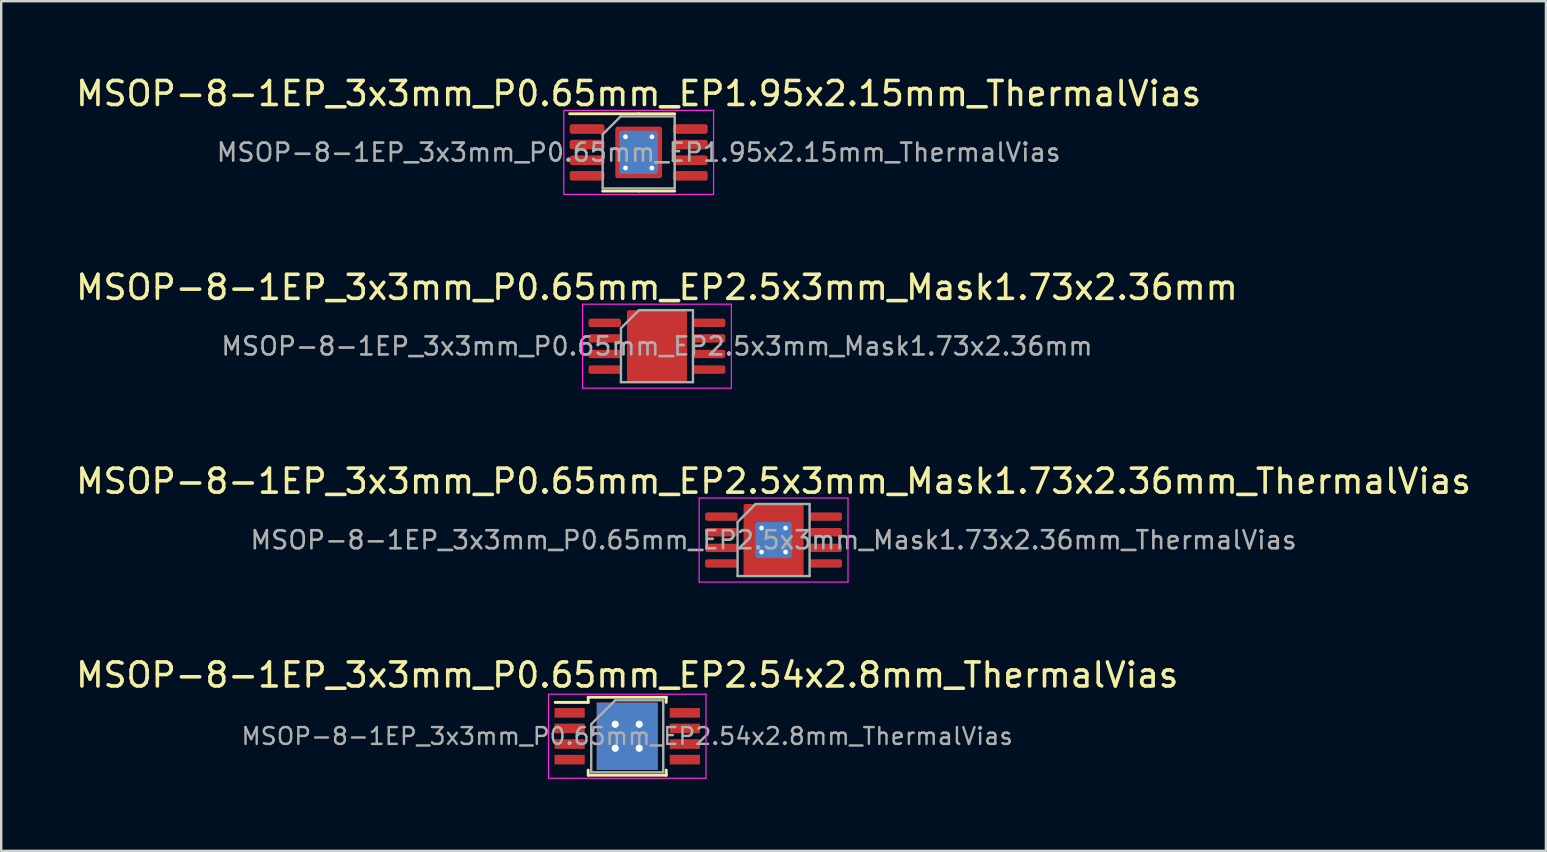
<source format=kicad_pcb>
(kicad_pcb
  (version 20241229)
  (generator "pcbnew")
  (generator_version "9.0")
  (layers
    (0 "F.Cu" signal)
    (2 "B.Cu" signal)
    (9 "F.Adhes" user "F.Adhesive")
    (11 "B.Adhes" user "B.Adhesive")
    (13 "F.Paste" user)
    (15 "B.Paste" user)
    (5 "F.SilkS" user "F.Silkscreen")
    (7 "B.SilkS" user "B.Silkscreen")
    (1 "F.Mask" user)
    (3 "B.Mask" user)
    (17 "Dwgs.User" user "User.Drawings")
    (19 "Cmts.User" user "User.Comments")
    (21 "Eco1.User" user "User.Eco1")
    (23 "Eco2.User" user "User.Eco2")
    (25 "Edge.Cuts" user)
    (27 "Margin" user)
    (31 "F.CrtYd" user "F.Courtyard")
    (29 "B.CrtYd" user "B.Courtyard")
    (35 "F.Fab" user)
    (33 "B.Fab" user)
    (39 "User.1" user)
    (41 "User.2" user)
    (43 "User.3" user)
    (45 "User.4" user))
  (footprint "MSOP-8-1EP_3x3mm_P0.65mm_EP1.95x2.15mm_ThermalVias"
    (layer "F.Cu")
    (at 23.554 3.298)
    (property "Reference" "MSOP-8-1EP_3x3mm_P0.65mm_EP1.95x2.15mm_ThermalVias" (at 0 -2.45 0) (layer "F.SilkS") (effects (font (size 1 1) (thickness 0.15))))
    (attr smd)
    (fp_line (start 0 -1.61) (end -2.875 -1.61) (stroke (width 0.12) (type solid)) (layer "F.SilkS"))
    (fp_line (start 0 -1.61) (end 1.5 -1.61) (stroke (width 0.12) (type solid)) (layer "F.SilkS"))
    (fp_line (start 0 1.61) (end -1.5 1.61) (stroke (width 0.12) (type solid)) (layer "F.SilkS"))
    (fp_line (start 0 1.61) (end 1.5 1.61) (stroke (width 0.12) (type solid)) (layer "F.SilkS"))
    (fp_line (start -3.12 -1.75) (end -3.12 1.75) (stroke (width 0.05) (type solid)) (layer "F.CrtYd"))
    (fp_line (start -3.12 1.75) (end 3.12 1.75) (stroke (width 0.05) (type solid)) (layer "F.CrtYd"))
    (fp_line (start 3.12 -1.75) (end -3.12 -1.75) (stroke (width 0.05) (type solid)) (layer "F.CrtYd"))
    (fp_line (start 3.12 1.75) (end 3.12 -1.75) (stroke (width 0.05) (type solid)) (layer "F.CrtYd"))
    (fp_line (start -1.5 -0.75) (end -0.75 -1.5) (stroke (width 0.1) (type solid)) (layer "F.Fab"))
    (fp_line (start -1.5 1.5) (end -1.5 -0.75) (stroke (width 0.1) (type solid)) (layer "F.Fab"))
    (fp_line (start -0.75 -1.5) (end 1.5 -1.5) (stroke (width 0.1) (type solid)) (layer "F.Fab"))
    (fp_line (start 1.5 -1.5) (end 1.5 1.5) (stroke (width 0.1) (type solid)) (layer "F.Fab"))
    (fp_line (start 1.5 1.5) (end -1.5 1.5) (stroke (width 0.1) (type solid)) (layer "F.Fab"))
    (fp_text user "${REFERENCE}" (at 0 0 0) (layer "F.Fab") (effects (font (size 0.75 0.75) (thickness 0.11))))
    (pad "" smd roundrect (at -0.49 -0.54) (size 0.82 0.9) (layers "F.Paste") (roundrect_rratio 0.25))
    (pad "" smd roundrect (at -0.49 0.54) (size 0.82 0.9) (layers "F.Paste") (roundrect_rratio 0.25))
    (pad "" smd roundrect (at 0.49 -0.54) (size 0.82 0.9) (layers "F.Paste") (roundrect_rratio 0.25))
    (pad "" smd roundrect (at 0.49 0.54) (size 0.82 0.9) (layers "F.Paste") (roundrect_rratio 0.25))
    (pad "1" smd roundrect (at -2.15 -0.975) (size 1.45 0.4) (layers "F.Cu" "F.Mask" "F.Paste") (roundrect_rratio 0.25))
    (pad "2" smd roundrect (at -2.15 -0.325) (size 1.45 0.4) (layers "F.Cu" "F.Mask" "F.Paste") (roundrect_rratio 0.25))
    (pad "3" smd roundrect (at -2.15 0.325) (size 1.45 0.4) (layers "F.Cu" "F.Mask" "F.Paste") (roundrect_rratio 0.25))
    (pad "4" smd roundrect (at -2.15 0.975) (size 1.45 0.4) (layers "F.Cu" "F.Mask" "F.Paste") (roundrect_rratio 0.25))
    (pad "5" smd roundrect (at 2.15 0.975) (size 1.45 0.4) (layers "F.Cu" "F.Mask" "F.Paste") (roundrect_rratio 0.25))
    (pad "6" smd roundrect (at 2.15 0.325) (size 1.45 0.4) (layers "F.Cu" "F.Mask" "F.Paste") (roundrect_rratio 0.25))
    (pad "7" smd roundrect (at 2.15 -0.325) (size 1.45 0.4) (layers "F.Cu" "F.Mask" "F.Paste") (roundrect_rratio 0.25))
    (pad "8" smd roundrect (at 2.15 -0.975) (size 1.45 0.4) (layers "F.Cu" "F.Mask" "F.Paste") (roundrect_rratio 0.25))
    (pad "9" thru_hole circle (at -0.55 -0.65) (size 0.5 0.5) (drill 0.2) (layers "*.Cu"))
    (pad "9" thru_hole circle (at -0.55 0.65) (size 0.5 0.5) (drill 0.2) (layers "*.Cu"))
    (pad "9" smd roundrect (at 0 0) (size 1.6 1.8) (layers "B.Cu") (roundrect_rratio 0.062))
    (pad "9" smd roundrect (at 0 0) (size 1.95 2.15) (layers "F.Cu" "F.Mask") (roundrect_rratio 0.051))
    (pad "9" thru_hole circle (at 0.55 -0.65) (size 0.5 0.5) (drill 0.2) (layers "*.Cu"))
    (pad "9" thru_hole circle (at 0.55 0.65) (size 0.5 0.5) (drill 0.2) (layers "*.Cu")))
  (footprint "MSOP-8-1EP_3x3mm_P0.65mm_EP2.5x3mm_Mask1.73x2.36mm_ThermalVias"
    (layer "F.Cu")
    (at 29.173 19.445)
    (property "Reference" "MSOP-8-1EP_3x3mm_P0.65mm_EP2.5x3mm_Mask1.73x2.36mm_ThermalVias" (at 0 -2.45 0) (layer "F.SilkS") (effects (font (size 1 1) (thickness 0.15))))
    (attr smd)
    (fp_line (start -3.1 -1.75) (end -3.1 1.75) (stroke (width 0.05) (type solid)) (layer "F.CrtYd"))
    (fp_line (start -3.1 1.75) (end 3.1 1.75) (stroke (width 0.05) (type solid)) (layer "F.CrtYd"))
    (fp_line (start 3.1 -1.75) (end -3.1 -1.75) (stroke (width 0.05) (type solid)) (layer "F.CrtYd"))
    (fp_line (start 3.1 1.75) (end 3.1 -1.75) (stroke (width 0.05) (type solid)) (layer "F.CrtYd"))
    (fp_line (start -1.5 -0.75) (end -0.75 -1.5) (stroke (width 0.1) (type solid)) (layer "F.Fab"))
    (fp_line (start -1.5 1.5) (end -1.5 -0.75) (stroke (width 0.1) (type solid)) (layer "F.Fab"))
    (fp_line (start -0.75 -1.5) (end 1.5 -1.5) (stroke (width 0.1) (type solid)) (layer "F.Fab"))
    (fp_line (start 1.5 -1.5) (end 1.5 1.5) (stroke (width 0.1) (type solid)) (layer "F.Fab"))
    (fp_line (start 1.5 1.5) (end -1.5 1.5) (stroke (width 0.1) (type solid)) (layer "F.Fab"))
    (fp_text user "${REFERENCE}" (at 0 0 0) (layer "F.Fab") (effects (font (size 0.75 0.75) (thickness 0.11))))
    (pad "" smd roundrect (at -0.43 -0.59) (size 0.72 0.99) (layers "F.Paste") (roundrect_rratio 0.25))
    (pad "" smd roundrect (at -0.43 0.59) (size 0.72 0.99) (layers "F.Paste") (roundrect_rratio 0.25))
    (pad "" smd roundrect (at 0 0) (size 1.73 2.36) (layers "F.Mask") (roundrect_rratio 0.051))
    (pad "" smd roundrect (at 0.43 -0.59) (size 0.72 0.99) (layers "F.Paste") (roundrect_rratio 0.25))
    (pad "" smd roundrect (at 0.43 0.59) (size 0.72 0.99) (layers "F.Paste") (roundrect_rratio 0.25))
    (pad "1" smd roundrect (at -2.175 -0.975) (size 1.35 0.35) (layers "F.Cu" "F.Mask" "F.Paste") (roundrect_rratio 0.25))
    (pad "2" smd roundrect (at -2.175 -0.325) (size 1.35 0.35) (layers "F.Cu" "F.Mask" "F.Paste") (roundrect_rratio 0.25))
    (pad "3" smd roundrect (at -2.175 0.325) (size 1.35 0.35) (layers "F.Cu" "F.Mask" "F.Paste") (roundrect_rratio 0.25))
    (pad "4" smd roundrect (at -2.175 0.975) (size 1.35 0.35) (layers "F.Cu" "F.Mask" "F.Paste") (roundrect_rratio 0.25))
    (pad "5" smd roundrect (at 2.175 0.975) (size 1.35 0.35) (layers "F.Cu" "F.Mask" "F.Paste") (roundrect_rratio 0.25))
    (pad "6" smd roundrect (at 2.175 0.325) (size 1.35 0.35) (layers "F.Cu" "F.Mask" "F.Paste") (roundrect_rratio 0.25))
    (pad "7" smd roundrect (at 2.175 -0.325) (size 1.35 0.35) (layers "F.Cu" "F.Mask" "F.Paste") (roundrect_rratio 0.25))
    (pad "8" smd roundrect (at 2.175 -0.975) (size 1.35 0.35) (layers "F.Cu" "F.Mask" "F.Paste") (roundrect_rratio 0.25))
    (pad "9" thru_hole circle (at -0.5 -0.5) (size 0.5 0.5) (drill 0.2) (layers "*.Cu"))
    (pad "9" thru_hole circle (at -0.5 0.5) (size 0.5 0.5) (drill 0.2) (layers "*.Cu"))
    (pad "9" smd roundrect (at 0 0) (size 1.5 1.5) (layers "B.Cu") (roundrect_rratio 0.058))
    (pad "9" smd roundrect (at 0 0) (size 2.5 3) (layers "F.Cu") (roundrect_rratio 0.035))
    (pad "9" thru_hole circle (at 0.5 -0.5) (size 0.5 0.5) (drill 0.2) (layers "*.Cu"))
    (pad "9" thru_hole circle (at 0.5 0.5) (size 0.5 0.5) (drill 0.2) (layers "*.Cu")))
  (footprint "MSOP-8-1EP_3x3mm_P0.65mm_EP2.5x3mm_Mask1.73x2.36mm"
    (layer "F.Cu")
    (at 24.315 11.371)
    (property "Reference" "MSOP-8-1EP_3x3mm_P0.65mm_EP2.5x3mm_Mask1.73x2.36mm" (at 0 -2.45 0) (layer "F.SilkS") (effects (font (size 1 1) (thickness 0.15))))
    (attr smd)
    (fp_line (start -3.1 -1.75) (end -3.1 1.75) (stroke (width 0.05) (type solid)) (layer "F.CrtYd"))
    (fp_line (start -3.1 1.75) (end 3.1 1.75) (stroke (width 0.05) (type solid)) (layer "F.CrtYd"))
    (fp_line (start 3.1 -1.75) (end -3.1 -1.75) (stroke (width 0.05) (type solid)) (layer "F.CrtYd"))
    (fp_line (start 3.1 1.75) (end 3.1 -1.75) (stroke (width 0.05) (type solid)) (layer "F.CrtYd"))
    (fp_line (start -1.5 -0.75) (end -0.75 -1.5) (stroke (width 0.1) (type solid)) (layer "F.Fab"))
    (fp_line (start -1.5 1.5) (end -1.5 -0.75) (stroke (width 0.1) (type solid)) (layer "F.Fab"))
    (fp_line (start -0.75 -1.5) (end 1.5 -1.5) (stroke (width 0.1) (type solid)) (layer "F.Fab"))
    (fp_line (start 1.5 -1.5) (end 1.5 1.5) (stroke (width 0.1) (type solid)) (layer "F.Fab"))
    (fp_line (start 1.5 1.5) (end -1.5 1.5) (stroke (width 0.1) (type solid)) (layer "F.Fab"))
    (fp_text user "${REFERENCE}" (at 0 0 0) (layer "F.Fab") (effects (font (size 0.75 0.75) (thickness 0.11))))
    (pad "" smd roundrect (at -0.43 -0.59) (size 0.7 0.95) (layers "F.Paste") (roundrect_rratio 0.25))
    (pad "" smd roundrect (at -0.43 0.59) (size 0.7 0.95) (layers "F.Paste") (roundrect_rratio 0.25))
    (pad "" smd roundrect (at 0 0) (size 1.73 2.36) (layers "F.Mask") (roundrect_rratio 0.051))
    (pad "" smd roundrect (at 0.43 -0.59) (size 0.7 0.95) (layers "F.Paste") (roundrect_rratio 0.25))
    (pad "" smd roundrect (at 0.43 0.59) (size 0.7 0.95) (layers "F.Paste") (roundrect_rratio 0.25))
    (pad "1" smd roundrect (at -2.175 -0.975) (size 1.35 0.35) (layers "F.Cu" "F.Mask" "F.Paste") (roundrect_rratio 0.25))
    (pad "2" smd roundrect (at -2.175 -0.325) (size 1.35 0.35) (layers "F.Cu" "F.Mask" "F.Paste") (roundrect_rratio 0.25))
    (pad "3" smd roundrect (at -2.175 0.325) (size 1.35 0.35) (layers "F.Cu" "F.Mask" "F.Paste") (roundrect_rratio 0.25))
    (pad "4" smd roundrect (at -2.175 0.975) (size 1.35 0.35) (layers "F.Cu" "F.Mask" "F.Paste") (roundrect_rratio 0.25))
    (pad "5" smd roundrect (at 2.175 0.975) (size 1.35 0.35) (layers "F.Cu" "F.Mask" "F.Paste") (roundrect_rratio 0.25))
    (pad "6" smd roundrect (at 2.175 0.325) (size 1.35 0.35) (layers "F.Cu" "F.Mask" "F.Paste") (roundrect_rratio 0.25))
    (pad "7" smd roundrect (at 2.175 -0.325) (size 1.35 0.35) (layers "F.Cu" "F.Mask" "F.Paste") (roundrect_rratio 0.25))
    (pad "8" smd roundrect (at 2.175 -0.975) (size 1.35 0.35) (layers "F.Cu" "F.Mask" "F.Paste") (roundrect_rratio 0.25))
    (pad "9" smd roundrect (at 0 0) (size 2.5 3) (layers "F.Cu") (roundrect_rratio 0.035)))
  (footprint "MSOP-8-1EP_3x3mm_P0.65mm_EP2.54x2.8mm_ThermalVias"
    (layer "F.Cu")
    (at 23.077 27.618)
    (property "Reference" "MSOP-8-1EP_3x3mm_P0.65mm_EP2.54x2.8mm_ThermalVias" (at 0 -2.55 0) (layer "F.SilkS") (effects (font (size 1 1) (thickness 0.15))))
    (attr smd)
    (fp_line (start -1.625 -1.625) (end -1.625 -1.41) (stroke (width 0.12) (type solid)) (layer "F.SilkS"))
    (fp_line (start -1.625 -1.625) (end 1.625 -1.625) (stroke (width 0.12) (type solid)) (layer "F.SilkS"))
    (fp_line (start -1.625 -1.41) (end -3 -1.41) (stroke (width 0.12) (type solid)) (layer "F.SilkS"))
    (fp_line (start -1.625 1.625) (end -1.625 1.41) (stroke (width 0.12) (type solid)) (layer "F.SilkS"))
    (fp_line (start -1.625 1.625) (end 1.625 1.625) (stroke (width 0.12) (type solid)) (layer "F.SilkS"))
    (fp_line (start 1.625 -1.625) (end 1.625 -1.41) (stroke (width 0.12) (type solid)) (layer "F.SilkS"))
    (fp_line (start 1.625 1.625) (end 1.625 1.41) (stroke (width 0.12) (type solid)) (layer "F.SilkS"))
    (fp_line (start -3.28 -1.75) (end -3.28 1.75) (stroke (width 0.05) (type solid)) (layer "F.CrtYd"))
    (fp_line (start -3.28 -1.75) (end 3.28 -1.75) (stroke (width 0.05) (type solid)) (layer "F.CrtYd"))
    (fp_line (start -3.28 1.75) (end 3.28 1.75) (stroke (width 0.05) (type solid)) (layer "F.CrtYd"))
    (fp_line (start 3.28 -1.75) (end 3.28 1.75) (stroke (width 0.05) (type solid)) (layer "F.CrtYd"))
    (fp_line (start -1.5 -0.5) (end -0.5 -1.5) (stroke (width 0.1) (type solid)) (layer "F.Fab"))
    (fp_line (start -1.5 1.5) (end -1.5 -0.5) (stroke (width 0.1) (type solid)) (layer "F.Fab"))
    (fp_line (start -0.5 -1.5) (end 1.5 -1.5) (stroke (width 0.1) (type solid)) (layer "F.Fab"))
    (fp_line (start 1.5 -1.5) (end 1.5 1.5) (stroke (width 0.1) (type solid)) (layer "F.Fab"))
    (fp_line (start 1.5 1.5) (end -1.5 1.5) (stroke (width 0.1) (type solid)) (layer "F.Fab"))
    (fp_text user "${REFERENCE}" (at 0 0 0) (layer "F.Fab") (effects (font (size 0.7 0.7) (thickness 0.1))))
    (pad "" smd rect (at 0 -1.025) (size 2.4 0.65) (layers "F.Paste"))
    (pad "" smd rect (at 0 0) (size 2.4 0.65) (layers "F.Paste"))
    (pad "" smd rect (at 0 1.025) (size 2.4 0.65) (layers "F.Paste"))
    (pad "1" smd rect (at -2.4 -0.975) (size 1.26 0.4) (layers "F.Cu" "F.Mask" "F.Paste"))
    (pad "2" smd rect (at -2.4 -0.325) (size 1.26 0.4) (layers "F.Cu" "F.Mask" "F.Paste"))
    (pad "3" smd rect (at -2.4 0.325) (size 1.26 0.4) (layers "F.Cu" "F.Mask" "F.Paste"))
    (pad "4" smd rect (at -2.4 0.975) (size 1.26 0.4) (layers "F.Cu" "F.Mask" "F.Paste"))
    (pad "5" smd rect (at 2.4 0.975) (size 1.26 0.4) (layers "F.Cu" "F.Mask" "F.Paste"))
    (pad "6" smd rect (at 2.4 0.325) (size 1.26 0.4) (layers "F.Cu" "F.Mask" "F.Paste"))
    (pad "7" smd rect (at 2.4 -0.325) (size 1.26 0.4) (layers "F.Cu" "F.Mask" "F.Paste"))
    (pad "8" smd rect (at 2.4 -0.975) (size 1.26 0.4) (layers "F.Cu" "F.Mask" "F.Paste"))
    (pad "9" thru_hole circle (at -0.5 -0.5) (size 0.6 0.6) (drill 0.3) (layers "*.Cu" "*.Mask"))
    (pad "9" thru_hole circle (at -0.5 0.5) (size 0.6 0.6) (drill 0.3) (layers "*.Cu" "*.Mask"))
    (pad "9" smd rect (at 0 0) (size 2.54 2.8) (layers "F.Cu" "F.Mask"))
    (pad "9" smd rect (at 0 0) (size 2.54 2.8) (layers "B.Cu"))
    (pad "9" thru_hole circle (at 0.5 -0.5) (size 0.6 0.6) (drill 0.3) (layers "*.Cu" "*.Mask"))
    (pad "9" thru_hole circle (at 0.5 0.5) (size 0.6 0.6) (drill 0.3) (layers "*.Cu" "*.Mask")))
  (gr_rect
    (start -3 -3)
    (end 61.345 32.393)
    (stroke (width 0.1) (type default))
    (fill no)
    (layer "Edge.Cuts")))
</source>
